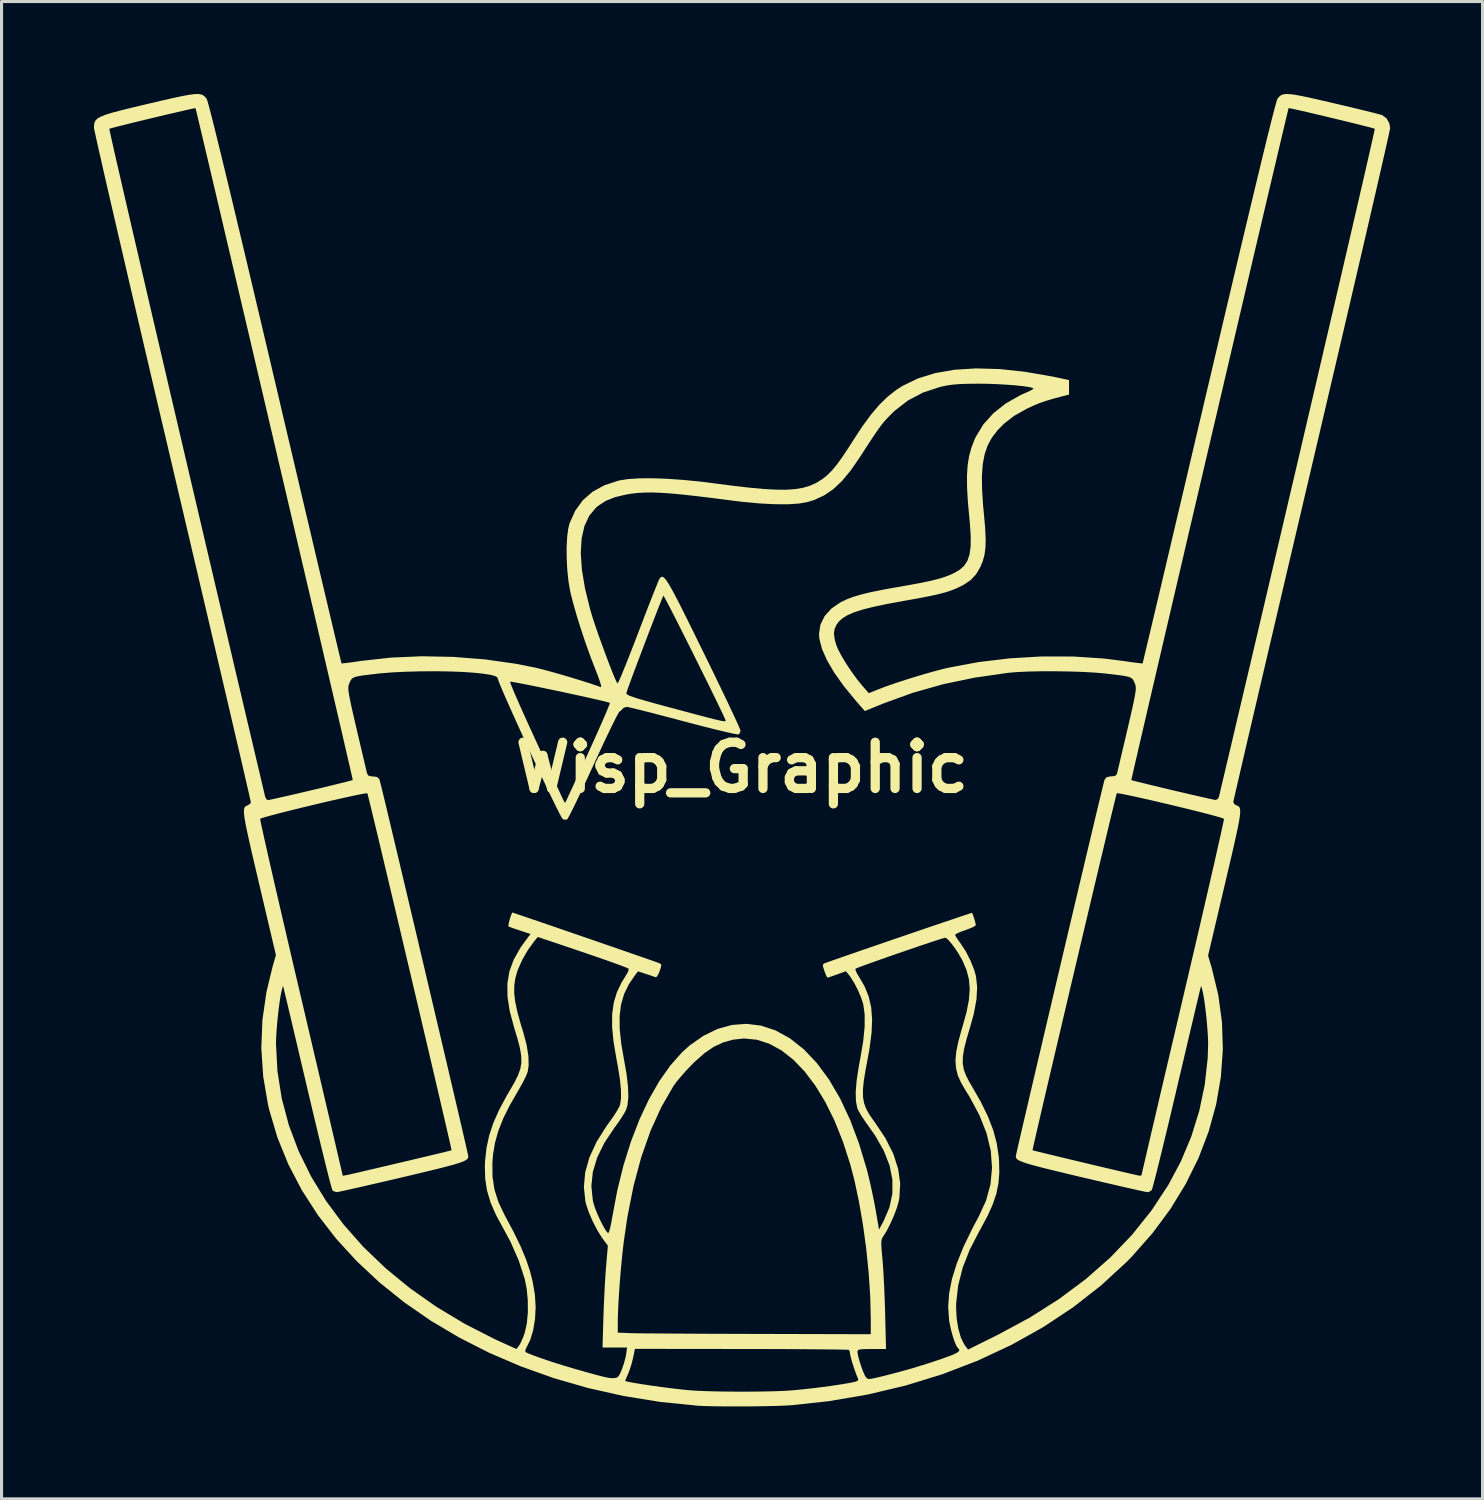
<source format=kicad_pcb>
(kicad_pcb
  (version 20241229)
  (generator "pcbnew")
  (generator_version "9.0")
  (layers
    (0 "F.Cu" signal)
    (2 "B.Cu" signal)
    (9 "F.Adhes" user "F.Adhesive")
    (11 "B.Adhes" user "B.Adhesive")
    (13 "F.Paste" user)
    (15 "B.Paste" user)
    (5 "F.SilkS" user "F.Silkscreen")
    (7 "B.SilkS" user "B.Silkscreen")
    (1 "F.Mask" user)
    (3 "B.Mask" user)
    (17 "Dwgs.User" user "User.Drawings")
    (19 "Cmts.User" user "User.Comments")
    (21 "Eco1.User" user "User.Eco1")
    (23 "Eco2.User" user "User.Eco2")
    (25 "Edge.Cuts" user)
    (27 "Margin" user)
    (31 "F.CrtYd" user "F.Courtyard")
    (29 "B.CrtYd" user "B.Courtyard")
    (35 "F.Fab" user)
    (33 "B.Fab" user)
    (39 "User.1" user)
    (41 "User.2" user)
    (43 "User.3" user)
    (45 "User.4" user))
  (footprint "Wisp_Graphic"
    (layer "F.Cu")
    (at 21.031 21.858)
    (property "Reference" "Wisp_Graphic" (at 0 0 0) (layer "F.SilkS") (effects (font (size 1.5 1.5) (thickness 0.3))))
    (attr board_only exclude_from_pos_files exclude_from_bom)
    (fp_poly (pts (xy 17.782 -21.853) (xy 17.959 -21.83) (xy 18.192 -21.786) (xy 18.489 -21.722) (xy 18.863 -21.637) (xy 19.199 -21.559) (xy 19.564 -21.473) (xy 19.902 -21.392) (xy 20.202 -21.319) (xy 20.451 -21.258) (xy 20.636 -21.211) (xy 20.746 -21.181) (xy 20.766 -21.175) (xy 20.913 -21.071) (xy 21.006 -20.906) (xy 21.031 -20.751) (xy 21.02 -20.69) (xy 20.988 -20.54) (xy 20.936 -20.304) (xy 20.865 -19.988) (xy 20.775 -19.595) (xy 20.669 -19.129) (xy 20.546 -18.595) (xy 20.408 -17.998) (xy 20.256 -17.34) (xy 20.09 -16.626) (xy 19.912 -15.861) (xy 19.723 -15.048) (xy 19.523 -14.193) (xy 19.314 -13.298) (xy 19.096 -12.369) (xy 18.871 -11.409) (xy 18.64 -10.423) (xy 18.486 -9.769) (xy 18.251 -8.769) (xy 18.022 -7.793) (xy 17.799 -6.846) (xy 17.585 -5.932) (xy 17.379 -5.054) (xy 17.183 -4.218) (xy 16.997 -3.426) (xy 16.824 -2.684) (xy 16.663 -1.995) (xy 16.515 -1.363) (xy 16.382 -0.793) (xy 16.265 -0.29) (xy 16.164 0.145) (xy 16.081 0.504) (xy 16.016 0.786) (xy 15.971 0.985) (xy 15.946 1.098) (xy 15.941 1.123) (xy 15.981 1.193) (xy 16.037 1.224) (xy 16.085 1.242) (xy 16.122 1.266) (xy 16.149 1.305) (xy 16.164 1.366) (xy 16.166 1.456) (xy 16.153 1.584) (xy 16.126 1.757) (xy 16.082 1.983) (xy 16.02 2.269) (xy 15.941 2.623) (xy 15.841 3.052) (xy 15.721 3.565) (xy 15.674 3.764) (xy 15.123 6.104) (xy 15.241 6.497) (xy 15.454 7.376) (xy 15.574 8.264) (xy 15.602 9.155) (xy 15.538 10.046) (xy 15.385 10.931) (xy 15.144 11.806) (xy 14.816 12.666) (xy 14.402 13.505) (xy 13.905 14.32) (xy 13.324 15.106) (xy 12.663 15.857) (xy 12.485 16.039) (xy 11.648 16.81) (xy 10.741 17.518) (xy 9.769 18.162) (xy 8.736 18.739) (xy 7.646 19.248) (xy 6.505 19.687) (xy 5.316 20.053) (xy 4.084 20.346) (xy 2.813 20.563) (xy 1.614 20.693) (xy 1.391 20.706) (xy 1.095 20.717) (xy 0.744 20.725) (xy 0.36 20.731) (xy -0.038 20.733) (xy -0.429 20.733) (xy -0.794 20.73) (xy -1.111 20.724) (xy -1.361 20.715) (xy -1.44 20.71) (xy -2.657 20.587) (xy -3.843 20.395) (xy -4.994 20.137) (xy -5.808 19.902) (xy -3.793 19.902) (xy -3.748 19.921) (xy -3.623 19.948) (xy -3.432 19.982) (xy -3.193 20.02) (xy -2.918 20.061) (xy -2.625 20.102) (xy -2.327 20.14) (xy -2.04 20.174) (xy -1.78 20.201) (xy -1.681 20.21) (xy -1.413 20.227) (xy -1.071 20.24) (xy -0.676 20.249) (xy -0.25 20.253) (xy 0.188 20.254) (xy 0.614 20.25) (xy 1.008 20.242) (xy 1.348 20.229) (xy 1.609 20.213) (xy 2.012 20.174) (xy 2.444 20.125) (xy 2.87 20.069) (xy 3.259 20.01) (xy 3.52 19.965) (xy 3.676 19.931) (xy 3.754 19.898) (xy 3.771 19.857) (xy 3.764 19.836) (xy 3.701 19.68) (xy 3.635 19.494) (xy 3.574 19.306) (xy 3.529 19.145) (xy 3.507 19.039) (xy 3.506 19.029) (xy 3.488 18.934) (xy 3.464 18.898) (xy 3.41 18.894) (xy 3.268 18.89) (xy 3.045 18.886) (xy 2.75 18.882) (xy 2.389 18.879) (xy 1.971 18.876) (xy 1.503 18.873) (xy 0.993 18.871) (xy 0.448 18.869) (xy -0.027 18.869) (xy -3.477 18.865) (xy -3.535 19.152) (xy -3.587 19.357) (xy -3.654 19.565) (xy -3.693 19.665) (xy -3.75 19.795) (xy -3.786 19.882) (xy -3.793 19.902) (xy -5.808 19.902) (xy -6.107 19.816) (xy -7.178 19.434) (xy -8.203 18.994) (xy -9.178 18.499) (xy -10.099 17.952) (xy -10.963 17.355) (xy -11.766 16.71) (xy -12.503 16.021) (xy -13.172 15.291) (xy -13.767 14.521) (xy -14.286 13.715) (xy -14.725 12.875) (xy -15.079 12.004) (xy -15.345 11.105) (xy -15.383 10.942) (xy -15.54 10.024) (xy -15.601 9.11) (xy -15.595 8.961) (xy -15.125 8.961) (xy -15.077 9.858) (xy -14.937 10.741) (xy -14.707 11.606) (xy -14.389 12.451) (xy -13.985 13.271) (xy -13.499 14.065) (xy -12.933 14.827) (xy -12.29 15.555) (xy -11.571 16.245) (xy -10.781 16.894) (xy -9.92 17.499) (xy -8.993 18.056) (xy -8.001 18.562) (xy -7.781 18.662) (xy -7.322 18.869) (xy -7.238 18.761) (xy -7.18 18.66) (xy -7.111 18.503) (xy -7.052 18.342) (xy -6.984 18.039) (xy -6.951 17.679) (xy -6.953 17.292) (xy -6.99 16.909) (xy -7.053 16.597) (xy -7.246 16.002) (xy -7.511 15.397) (xy -7.744 14.964) (xy -7.986 14.518) (xy -8.162 14.113) (xy -8.277 13.727) (xy -8.336 13.34) (xy -8.347 12.929) (xy -8.342 12.821) (xy -8.102 12.821) (xy -8.098 13.277) (xy -8.035 13.695) (xy -7.905 14.104) (xy -7.701 14.532) (xy -7.682 14.567) (xy -7.407 15.082) (xy -7.187 15.536) (xy -7.015 15.948) (xy -6.885 16.331) (xy -6.791 16.703) (xy -6.727 17.079) (xy -6.722 17.119) (xy -6.698 17.504) (xy -6.718 17.891) (xy -6.778 18.257) (xy -6.874 18.577) (xy -6.992 18.814) (xy -7.034 18.908) (xy -7.027 18.966) (xy -6.955 19.005) (xy -6.806 19.065) (xy -6.597 19.142) (xy -6.341 19.23) (xy -6.056 19.323) (xy -5.756 19.417) (xy -5.456 19.506) (xy -5.354 19.536) (xy -5.017 19.63) (xy -4.758 19.702) (xy -4.566 19.753) (xy -4.425 19.786) (xy -4.323 19.806) (xy -4.246 19.815) (xy -4.18 19.816) (xy -4.153 19.814) (xy -4.069 19.8) (xy -4.008 19.753) (xy -3.951 19.654) (xy -3.9 19.531) (xy -3.834 19.339) (xy -3.781 19.142) (xy -3.762 19.039) (xy -3.732 18.822) (xy -4.13 18.822) (xy -4.528 18.822) (xy -4.505 18.015) (xy -4.033 18.015) (xy -4.033 18.338) (xy -3.661 18.354) (xy -3.554 18.357) (xy -3.359 18.36) (xy -3.085 18.363) (xy -2.739 18.365) (xy -2.33 18.368) (xy -1.867 18.371) (xy -1.358 18.374) (xy -0.811 18.376) (xy -0.234 18.378) (xy 0.365 18.38) (xy 0.444 18.38) (xy 4.177 18.39) (xy 4.177 17.874) (xy 4.159 17.153) (xy 4.108 16.389) (xy 4.028 15.606) (xy 3.922 14.828) (xy 3.792 14.079) (xy 3.643 13.381) (xy 3.508 12.867) (xy 3.27 12.131) (xy 3.001 11.46) (xy 2.702 10.856) (xy 2.378 10.323) (xy 2.032 9.864) (xy 1.665 9.482) (xy 1.282 9.181) (xy 0.886 8.964) (xy 0.479 8.833) (xy 0.064 8.792) (xy -0.299 8.832) (xy -0.621 8.924) (xy -0.921 9.065) (xy -1.217 9.267) (xy -1.528 9.542) (xy -1.611 9.623) (xy -1.798 9.818) (xy -1.977 10.019) (xy -2.128 10.201) (xy -2.223 10.331) (xy -2.621 11.02) (xy -2.971 11.791) (xy -3.271 12.644) (xy -3.521 13.577) (xy -3.722 14.589) (xy -3.839 15.39) (xy -3.883 15.775) (xy -3.925 16.198) (xy -3.962 16.638) (xy -3.993 17.069) (xy -4.016 17.469) (xy -4.03 17.814) (xy -4.033 18.015) (xy -4.505 18.015) (xy -4.5 17.85) (xy -4.487 17.494) (xy -4.47 17.115) (xy -4.45 16.745) (xy -4.43 16.414) (xy -4.413 16.197) (xy -4.355 15.517) (xy -4.532 15.277) (xy -4.689 15.031) (xy -4.842 14.738) (xy -4.973 14.435) (xy -5.065 14.159) (xy -5.084 14.078) (xy -5.134 13.613) (xy -5.09 13.136) (xy -4.952 12.647) (xy -4.72 12.145) (xy -4.394 11.628) (xy -4.308 11.51) (xy -4.174 11.322) (xy -4.061 11.144) (xy -3.982 11.002) (xy -3.956 10.934) (xy -3.928 10.728) (xy -3.93 10.464) (xy -3.962 10.132) (xy -4.026 9.724) (xy -4.078 9.444) (xy -4.171 8.897) (xy -4.217 8.422) (xy -4.215 8.006) (xy -4.165 7.635) (xy -4.063 7.295) (xy -3.91 6.975) (xy -3.791 6.784) (xy -3.716 6.657) (xy -3.679 6.562) (xy -3.682 6.528) (xy -3.743 6.498) (xy -3.891 6.44) (xy -4.119 6.356) (xy -4.422 6.248) (xy -4.797 6.118) (xy -5.236 5.968) (xy -5.735 5.799) (xy -5.895 5.745) (xy -6.628 5.499) (xy -6.747 5.642) (xy -6.949 5.921) (xy -7.133 6.24) (xy -7.273 6.554) (xy -7.294 6.613) (xy -7.359 6.847) (xy -7.393 7.082) (xy -7.393 7.333) (xy -7.359 7.615) (xy -7.288 7.944) (xy -7.18 8.335) (xy -7.099 8.595) (xy -6.992 8.997) (xy -6.933 9.361) (xy -6.925 9.672) (xy -6.956 9.87) (xy -7.005 9.998) (xy -7.091 10.177) (xy -7.2 10.376) (xy -7.255 10.471) (xy -7.533 10.952) (xy -7.748 11.383) (xy -7.907 11.783) (xy -8.015 12.166) (xy -8.08 12.552) (xy -8.102 12.821) (xy -8.342 12.821) (xy -8.34 12.775) (xy -8.294 12.348) (xy -8.206 11.939) (xy -8.07 11.528) (xy -7.877 11.096) (xy -7.622 10.623) (xy -7.539 10.482) (xy -7.382 10.211) (xy -7.268 9.981) (xy -7.195 9.775) (xy -7.161 9.574) (xy -7.166 9.357) (xy -7.208 9.107) (xy -7.286 8.805) (xy -7.398 8.433) (xy -7.539 7.907) (xy -7.612 7.437) (xy -7.616 7.01) (xy -7.55 6.613) (xy -7.41 6.233) (xy -7.197 5.856) (xy -7.057 5.658) (xy -6.865 5.402) (xy -7.213 5.287) (xy -7.382 5.231) (xy -7.511 5.185) (xy -7.578 5.159) (xy -7.581 5.156) (xy -7.581 5.105) (xy -7.559 4.999) (xy -7.524 4.875) (xy -7.487 4.766) (xy -7.457 4.708) (xy -7.452 4.705) (xy -7.404 4.721) (xy -7.276 4.764) (xy -7.078 4.831) (xy -6.82 4.919) (xy -6.512 5.024) (xy -6.165 5.143) (xy -5.789 5.273) (xy -5.395 5.408) (xy -4.992 5.547) (xy -4.592 5.685) (xy -4.204 5.819) (xy -3.838 5.946) (xy -3.506 6.061) (xy -3.216 6.162) (xy -2.98 6.244) (xy -2.808 6.304) (xy -2.711 6.339) (xy -2.703 6.342) (xy -2.641 6.371) (xy -2.621 6.413) (xy -2.638 6.497) (xy -2.673 6.603) (xy -2.726 6.727) (xy -2.779 6.798) (xy -2.802 6.804) (xy -2.876 6.779) (xy -3.007 6.735) (xy -3.116 6.699) (xy -3.375 6.614) (xy -3.465 6.728) (xy -3.674 7.034) (xy -3.828 7.351) (xy -3.928 7.693) (xy -3.974 8.07) (xy -3.97 8.497) (xy -3.917 8.985) (xy -3.836 9.448) (xy -3.748 9.946) (xy -3.7 10.362) (xy -3.69 10.698) (xy -3.718 10.961) (xy -3.762 11.107) (xy -3.825 11.225) (xy -3.93 11.392) (xy -4.06 11.579) (xy -4.136 11.683) (xy -4.466 12.175) (xy -4.701 12.654) (xy -4.842 13.123) (xy -4.89 13.582) (xy -4.845 14.034) (xy -4.822 14.134) (xy -4.77 14.298) (xy -4.695 14.489) (xy -4.605 14.686) (xy -4.513 14.868) (xy -4.428 15.012) (xy -4.362 15.097) (xy -4.344 15.109) (xy -4.319 15.071) (xy -4.285 14.956) (xy -4.246 14.781) (xy -4.208 14.564) (xy -4.207 14.561) (xy -4.047 13.713) (xy -3.846 12.902) (xy -3.606 12.136) (xy -3.33 11.423) (xy -3.024 10.769) (xy -2.689 10.182) (xy -2.329 9.671) (xy -1.948 9.242) (xy -1.705 9.023) (xy -1.255 8.706) (xy -0.794 8.482) (xy -0.326 8.353) (xy 0.145 8.317) (xy 0.615 8.375) (xy 1.08 8.528) (xy 1.535 8.776) (xy 1.559 8.792) (xy 2.009 9.148) (xy 2.43 9.593) (xy 2.822 10.124) (xy 3.181 10.738) (xy 3.507 11.433) (xy 3.797 12.205) (xy 4.051 13.051) (xy 4.059 13.084) (xy 4.136 13.396) (xy 4.216 13.753) (xy 4.289 14.107) (xy 4.334 14.351) (xy 4.445 14.994) (xy 4.598 14.707) (xy 4.784 14.269) (xy 4.878 13.826) (xy 4.879 13.374) (xy 4.787 12.912) (xy 4.601 12.437) (xy 4.322 11.947) (xy 4.116 11.654) (xy 3.979 11.461) (xy 3.859 11.278) (xy 3.773 11.127) (xy 3.74 11.053) (xy 3.695 10.826) (xy 3.688 10.526) (xy 3.719 10.151) (xy 3.789 9.694) (xy 3.835 9.448) (xy 3.93 8.892) (xy 3.978 8.414) (xy 3.979 8.011) (xy 3.933 7.682) (xy 3.866 7.472) (xy 3.762 7.228) (xy 3.638 6.987) (xy 3.514 6.791) (xy 3.483 6.75) (xy 3.369 6.61) (xy 3.084 6.714) (xy 2.932 6.768) (xy 2.819 6.806) (xy 2.772 6.818) (xy 2.743 6.777) (xy 2.698 6.672) (xy 2.672 6.6) (xy 2.649 6.529) (xy 3.682 6.529) (xy 3.685 6.585) (xy 3.734 6.691) (xy 3.789 6.781) (xy 3.975 7.098) (xy 4.108 7.426) (xy 4.19 7.778) (xy 4.221 8.167) (xy 4.203 8.608) (xy 4.138 9.112) (xy 4.077 9.448) (xy 4 9.86) (xy 3.947 10.194) (xy 3.922 10.466) (xy 3.925 10.692) (xy 3.959 10.887) (xy 4.024 11.067) (xy 4.123 11.247) (xy 4.258 11.443) (xy 4.306 11.507) (xy 4.653 12.027) (xy 4.907 12.532) (xy 5.066 13.023) (xy 5.132 13.501) (xy 5.105 13.967) (xy 5.084 14.078) (xy 5.024 14.289) (xy 4.929 14.542) (xy 4.813 14.804) (xy 4.693 15.037) (xy 4.605 15.18) (xy 4.562 15.244) (xy 4.534 15.305) (xy 4.52 15.384) (xy 4.519 15.497) (xy 4.53 15.665) (xy 4.552 15.907) (xy 4.557 15.959) (xy 4.576 16.199) (xy 4.595 16.51) (xy 4.613 16.867) (xy 4.628 17.246) (xy 4.641 17.62) (xy 4.644 17.73) (xy 4.672 18.87) (xy 4.208 18.87) (xy 3.994 18.872) (xy 3.858 18.879) (xy 3.783 18.894) (xy 3.751 18.923) (xy 3.745 18.961) (xy 3.762 19.076) (xy 3.807 19.246) (xy 3.867 19.436) (xy 3.932 19.612) (xy 3.991 19.74) (xy 4.006 19.764) (xy 4.05 19.818) (xy 4.101 19.842) (xy 4.186 19.838) (xy 4.331 19.808) (xy 4.38 19.797) (xy 4.556 19.754) (xy 4.789 19.695) (xy 5.045 19.628) (xy 5.21 19.584) (xy 5.521 19.496) (xy 5.858 19.393) (xy 6.196 19.285) (xy 6.508 19.179) (xy 6.767 19.084) (xy 6.878 19.04) (xy 7.015 18.966) (xy 7.056 18.9) (xy 7.013 18.848) (xy 6.96 18.776) (xy 6.898 18.633) (xy 6.834 18.441) (xy 6.776 18.225) (xy 6.73 18.006) (xy 6.718 17.925) (xy 6.689 17.504) (xy 6.72 17.063) (xy 6.812 16.594) (xy 6.969 16.089) (xy 7.191 15.541) (xy 7.482 14.941) (xy 7.682 14.567) (xy 7.919 14.051) (xy 8.062 13.524) (xy 8.112 12.984) (xy 8.07 12.432) (xy 7.933 11.865) (xy 7.703 11.281) (xy 7.379 10.679) (xy 7.269 10.503) (xy 7.114 10.241) (xy 7.005 9.999) (xy 6.943 9.759) (xy 6.925 9.505) (xy 6.951 9.219) (xy 7.021 8.883) (xy 7.132 8.482) (xy 7.156 8.403) (xy 7.284 7.94) (xy 7.362 7.542) (xy 7.388 7.193) (xy 7.363 6.877) (xy 7.286 6.577) (xy 7.158 6.276) (xy 7.127 6.216) (xy 7.021 6.032) (xy 6.901 5.852) (xy 6.782 5.695) (xy 6.679 5.579) (xy 6.606 5.524) (xy 6.595 5.522) (xy 6.534 5.537) (xy 6.397 5.58) (xy 6.197 5.645) (xy 5.947 5.728) (xy 5.661 5.825) (xy 5.353 5.931) (xy 5.035 6.04) (xy 4.722 6.149) (xy 4.427 6.253) (xy 4.163 6.347) (xy 3.944 6.426) (xy 3.784 6.486) (xy 3.695 6.522) (xy 3.682 6.529) (xy 2.649 6.529) (xy 2.629 6.468) (xy 2.623 6.398) (xy 2.655 6.363) (xy 2.703 6.343) (xy 2.831 6.297) (xy 3.03 6.227) (xy 3.288 6.137) (xy 3.595 6.03) (xy 3.942 5.91) (xy 4.319 5.781) (xy 4.714 5.645) (xy 5.118 5.507) (xy 5.52 5.369) (xy 5.911 5.236) (xy 6.28 5.11) (xy 6.617 4.996) (xy 6.911 4.897) (xy 7.153 4.815) (xy 7.333 4.756) (xy 7.439 4.722) (xy 7.465 4.715) (xy 7.492 4.778) (xy 7.531 4.891) (xy 7.566 5.013) (xy 7.585 5.1) (xy 7.586 5.111) (xy 7.544 5.152) (xy 7.432 5.207) (xy 7.274 5.267) (xy 7.25 5.275) (xy 7.088 5.333) (xy 6.968 5.386) (xy 6.915 5.425) (xy 6.914 5.428) (xy 6.941 5.488) (xy 7.011 5.596) (xy 7.08 5.691) (xy 7.256 5.957) (xy 7.414 6.267) (xy 7.537 6.578) (xy 7.591 6.773) (xy 7.63 7.124) (xy 7.607 7.528) (xy 7.521 7.992) (xy 7.398 8.433) (xy 7.285 8.814) (xy 7.207 9.123) (xy 7.166 9.379) (xy 7.162 9.597) (xy 7.195 9.796) (xy 7.267 9.993) (xy 7.377 10.206) (xy 7.451 10.331) (xy 7.75 10.853) (xy 7.982 11.329) (xy 8.153 11.773) (xy 8.267 12.203) (xy 8.33 12.633) (xy 8.341 12.775) (xy 8.348 13.151) (xy 8.32 13.497) (xy 8.252 13.831) (xy 8.136 14.175) (xy 7.969 14.547) (xy 7.743 14.967) (xy 7.706 15.033) (xy 7.389 15.646) (xy 7.159 16.234) (xy 7.014 16.805) (xy 6.95 17.368) (xy 6.946 17.502) (xy 6.963 17.862) (xy 7.016 18.2) (xy 7.1 18.495) (xy 7.211 18.723) (xy 7.245 18.77) (xy 7.335 18.887) (xy 8.313 18.402) (xy 9.338 17.85) (xy 10.286 17.248) (xy 11.158 16.598) (xy 11.95 15.901) (xy 12.661 15.158) (xy 13.289 14.372) (xy 13.833 13.545) (xy 14.238 12.786) (xy 14.576 11.982) (xy 14.837 11.143) (xy 15.016 10.286) (xy 15.111 9.429) (xy 15.125 8.961) (xy 15.118 8.733) (xy 15.1 8.457) (xy 15.073 8.155) (xy 15.04 7.855) (xy 15.004 7.579) (xy 14.966 7.354) (xy 14.936 7.22) (xy 14.897 7.082) (xy 14.866 7.202) (xy 14.85 7.268) (xy 14.814 7.42) (xy 14.759 7.649) (xy 14.689 7.948) (xy 14.604 8.308) (xy 14.506 8.722) (xy 14.398 9.181) (xy 14.281 9.678) (xy 14.157 10.204) (xy 14.091 10.487) (xy 13.964 11.024) (xy 13.843 11.534) (xy 13.728 12.009) (xy 13.623 12.442) (xy 13.529 12.825) (xy 13.448 13.15) (xy 13.382 13.408) (xy 13.332 13.593) (xy 13.302 13.697) (xy 13.294 13.716) (xy 13.203 13.773) (xy 13.16 13.78) (xy 13.097 13.77) (xy 12.952 13.739) (xy 12.732 13.69) (xy 12.449 13.626) (xy 12.113 13.549) (xy 11.733 13.461) (xy 11.319 13.364) (xy 11.041 13.299) (xy 10.533 13.178) (xy 10.111 13.076) (xy 9.767 12.991) (xy 9.493 12.92) (xy 9.281 12.86) (xy 9.124 12.808) (xy 9.014 12.764) (xy 8.942 12.723) (xy 8.902 12.684) (xy 8.885 12.645) (xy 8.883 12.619) (xy 8.894 12.564) (xy 8.925 12.423) (xy 8.926 12.42) (xy 9.427 12.42) (xy 9.474 12.433) (xy 9.602 12.465) (xy 9.799 12.513) (xy 10.051 12.574) (xy 10.347 12.645) (xy 10.673 12.724) (xy 11.017 12.806) (xy 11.366 12.889) (xy 11.708 12.97) (xy 12.031 13.046) (xy 12.321 13.114) (xy 12.565 13.171) (xy 12.753 13.214) (xy 12.87 13.24) (xy 12.904 13.247) (xy 12.96 13.234) (xy 12.964 13.224) (xy 12.975 13.174) (xy 13.006 13.037) (xy 13.057 12.818) (xy 13.126 12.522) (xy 13.211 12.155) (xy 13.312 11.724) (xy 13.427 11.233) (xy 13.554 10.688) (xy 13.693 10.096) (xy 13.842 9.461) (xy 14 8.789) (xy 14.165 8.087) (xy 14.312 7.458) (xy 14.482 6.733) (xy 14.646 6.033) (xy 14.802 5.365) (xy 14.948 4.734) (xy 15.084 4.146) (xy 15.208 3.606) (xy 15.32 3.12) (xy 15.416 2.694) (xy 15.497 2.334) (xy 15.561 2.045) (xy 15.607 1.834) (xy 15.633 1.705) (xy 15.638 1.665) (xy 15.589 1.642) (xy 15.458 1.602) (xy 15.259 1.547) (xy 15.005 1.48) (xy 14.707 1.405) (xy 14.38 1.324) (xy 14.034 1.24) (xy 13.684 1.157) (xy 13.342 1.077) (xy 13.02 1.004) (xy 12.731 0.94) (xy 12.488 0.888) (xy 12.304 0.852) (xy 12.191 0.835) (xy 12.16 0.836) (xy 12.147 0.884) (xy 12.113 1.019) (xy 12.06 1.234) (xy 11.99 1.522) (xy 11.905 1.875) (xy 11.807 2.287) (xy 11.696 2.752) (xy 11.574 3.262) (xy 11.444 3.81) (xy 11.307 4.389) (xy 11.164 4.994) (xy 11.016 5.616) (xy 10.867 6.249) (xy 10.716 6.886) (xy 10.567 7.521) (xy 10.42 8.146) (xy 10.277 8.754) (xy 10.139 9.339) (xy 10.009 9.893) (xy 9.888 10.411) (xy 9.778 10.884) (xy 9.679 11.307) (xy 9.595 11.672) (xy 9.526 11.972) (xy 9.473 12.201) (xy 9.44 12.352) (xy 9.427 12.417) (xy 9.427 12.42) (xy 8.926 12.42) (xy 8.975 12.202) (xy 9.043 11.908) (xy 9.127 11.547) (xy 9.225 11.127) (xy 9.335 10.653) (xy 9.457 10.133) (xy 9.588 9.574) (xy 9.727 8.982) (xy 9.872 8.363) (xy 10.022 7.726) (xy 10.175 7.076) (xy 10.33 6.42) (xy 10.484 5.765) (xy 10.637 5.118) (xy 10.787 4.484) (xy 10.931 3.873) (xy 11.07 3.288) (xy 11.2 2.739) (xy 11.321 2.231) (xy 11.43 1.771) (xy 11.527 1.365) (xy 11.61 1.022) (xy 11.676 0.746) (xy 11.725 0.546) (xy 11.755 0.427) (xy 11.761 0.406) (xy 12.633 0.406) (xy 12.684 0.422) (xy 12.813 0.456) (xy 13.008 0.504) (xy 13.253 0.564) (xy 13.535 0.632) (xy 13.838 0.705) (xy 14.149 0.778) (xy 14.453 0.849) (xy 14.737 0.915) (xy 14.985 0.971) (xy 15.183 1.015) (xy 15.318 1.044) (xy 15.372 1.053) (xy 15.443 1.015) (xy 15.476 0.948) (xy 15.691 0.038) (xy 15.913 -0.901) (xy 16.139 -1.862) (xy 16.37 -2.841) (xy 16.604 -3.835) (xy 16.84 -4.839) (xy 17.077 -5.849) (xy 17.314 -6.86) (xy 17.55 -7.868) (xy 17.784 -8.869) (xy 18.016 -9.857) (xy 18.243 -10.83) (xy 18.466 -11.783) (xy 18.683 -12.711) (xy 18.892 -13.61) (xy 19.094 -14.476) (xy 19.287 -15.304) (xy 19.47 -16.09) (xy 19.642 -16.83) (xy 19.801 -17.519) (xy 19.948 -18.153) (xy 20.081 -18.728) (xy 20.199 -19.239) (xy 20.3 -19.682) (xy 20.385 -20.053) (xy 20.451 -20.348) (xy 20.499 -20.561) (xy 20.526 -20.689) (xy 20.533 -20.728) (xy 20.482 -20.745) (xy 20.353 -20.78) (xy 20.159 -20.829) (xy 19.915 -20.891) (xy 19.634 -20.96) (xy 19.33 -21.034) (xy 19.017 -21.109) (xy 18.71 -21.182) (xy 18.422 -21.25) (xy 18.167 -21.309) (xy 17.96 -21.356) (xy 17.813 -21.387) (xy 17.742 -21.4) (xy 17.738 -21.4) (xy 17.725 -21.351) (xy 17.691 -21.213) (xy 17.638 -20.992) (xy 17.567 -20.693) (xy 17.479 -20.32) (xy 17.375 -19.879) (xy 17.256 -19.375) (xy 17.123 -18.812) (xy 16.978 -18.196) (xy 16.822 -17.531) (xy 16.655 -16.824) (xy 16.48 -16.078) (xy 16.297 -15.298) (xy 16.108 -14.49) (xy 15.913 -13.659) (xy 15.714 -12.81) (xy 15.512 -11.947) (xy 15.308 -11.076) (xy 15.103 -10.202) (xy 14.899 -9.329) (xy 14.696 -8.463) (xy 14.496 -7.609) (xy 14.301 -6.771) (xy 14.11 -5.956) (xy 13.926 -5.166) (xy 13.749 -4.409) (xy 13.581 -3.688) (xy 13.423 -3.009) (xy 13.275 -2.377) (xy 13.14 -1.796) (xy 13.019 -1.272) (xy 12.911 -0.81) (xy 12.82 -0.415) (xy 12.745 -0.091) (xy 12.689 0.156) (xy 12.651 0.321) (xy 12.634 0.4) (xy 12.633 0.406) (xy 11.761 0.406) (xy 11.764 0.396) (xy 11.824 0.318) (xy 11.935 0.289) (xy 11.978 0.288) (xy 12.099 0.275) (xy 12.157 0.224) (xy 12.172 0.18) (xy 12.307 -0.393) (xy 12.422 -0.88) (xy 12.518 -1.288) (xy 12.596 -1.625) (xy 12.659 -1.9) (xy 12.706 -2.118) (xy 12.74 -2.288) (xy 12.763 -2.418) (xy 12.775 -2.514) (xy 12.778 -2.585) (xy 12.774 -2.637) (xy 12.764 -2.679) (xy 12.75 -2.718) (xy 12.742 -2.738) (xy 12.71 -2.814) (xy 12.673 -2.871) (xy 12.618 -2.914) (xy 12.53 -2.947) (xy 12.395 -2.975) (xy 12.2 -3.003) (xy 11.929 -3.035) (xy 11.779 -3.052) (xy 11.449 -3.081) (xy 11.056 -3.103) (xy 10.623 -3.117) (xy 10.172 -3.124) (xy 9.726 -3.124) (xy 9.307 -3.116) (xy 8.939 -3.099) (xy 8.644 -3.075) (xy 8.643 -3.075) (xy 7.548 -2.917) (xy 6.518 -2.702) (xy 5.538 -2.424) (xy 4.593 -2.081) (xy 4.573 -2.073) (xy 3.984 -1.834) (xy 3.675 -2.188) (xy 3.298 -2.648) (xy 2.99 -3.082) (xy 2.754 -3.486) (xy 2.592 -3.853) (xy 2.509 -4.179) (xy 2.497 -4.337) (xy 2.543 -4.637) (xy 2.679 -4.913) (xy 2.897 -5.157) (xy 3.192 -5.361) (xy 3.203 -5.366) (xy 3.393 -5.457) (xy 3.61 -5.54) (xy 3.866 -5.616) (xy 4.176 -5.691) (xy 4.554 -5.768) (xy 5.012 -5.851) (xy 5.042 -5.856) (xy 5.476 -5.932) (xy 5.828 -5.998) (xy 6.114 -6.058) (xy 6.346 -6.115) (xy 6.539 -6.172) (xy 6.707 -6.234) (xy 6.851 -6.297) (xy 7.049 -6.408) (xy 7.201 -6.54) (xy 7.311 -6.705) (xy 7.382 -6.913) (xy 7.418 -7.177) (xy 7.42 -7.507) (xy 7.394 -7.914) (xy 7.377 -8.093) (xy 7.328 -8.628) (xy 7.302 -9.082) (xy 7.299 -9.47) (xy 7.32 -9.806) (xy 7.367 -10.103) (xy 7.441 -10.375) (xy 7.542 -10.637) (xy 7.586 -10.733) (xy 7.833 -11.139) (xy 8.163 -11.504) (xy 8.568 -11.823) (xy 9.042 -12.089) (xy 9.182 -12.151) (xy 9.326 -12.217) (xy 9.426 -12.27) (xy 9.458 -12.298) (xy 9.413 -12.325) (xy 9.288 -12.353) (xy 9.096 -12.379) (xy 8.854 -12.404) (xy 8.576 -12.425) (xy 8.277 -12.442) (xy 7.973 -12.453) (xy 7.679 -12.457) (xy 7.658 -12.457) (xy 7.323 -12.453) (xy 7.061 -12.444) (xy 6.848 -12.427) (xy 6.661 -12.401) (xy 6.477 -12.363) (xy 6.417 -12.348) (xy 5.874 -12.169) (xy 5.387 -11.913) (xy 4.959 -11.583) (xy 4.872 -11.5) (xy 4.762 -11.389) (xy 4.668 -11.289) (xy 4.58 -11.188) (xy 4.49 -11.072) (xy 4.388 -10.931) (xy 4.266 -10.751) (xy 4.114 -10.521) (xy 3.924 -10.228) (xy 3.817 -10.062) (xy 3.524 -9.638) (xy 3.242 -9.298) (xy 2.959 -9.032) (xy 2.664 -8.831) (xy 2.347 -8.685) (xy 2.133 -8.618) (xy 1.857 -8.568) (xy 1.498 -8.544) (xy 1.067 -8.545) (xy 0.575 -8.57) (xy 0.032 -8.62) (xy -0.336 -8.665) (xy -0.944 -8.744) (xy -1.466 -8.807) (xy -1.914 -8.857) (xy -2.298 -8.893) (xy -2.626 -8.915) (xy -2.91 -8.926) (xy -3.159 -8.924) (xy -3.383 -8.911) (xy -3.593 -8.887) (xy -3.751 -8.862) (xy -4.124 -8.774) (xy -4.426 -8.652) (xy -4.677 -8.487) (xy -4.741 -8.433) (xy -4.959 -8.171) (xy -5.114 -7.838) (xy -5.206 -7.435) (xy -5.234 -6.965) (xy -5.198 -6.427) (xy -5.099 -5.824) (xy -4.935 -5.156) (xy -4.894 -5.011) (xy -4.83 -4.806) (xy -4.747 -4.557) (xy -4.65 -4.276) (xy -4.544 -3.981) (xy -4.435 -3.685) (xy -4.329 -3.404) (xy -4.232 -3.153) (xy -4.148 -2.947) (xy -4.083 -2.8) (xy -4.044 -2.729) (xy -4.042 -2.727) (xy -4.018 -2.762) (xy -3.965 -2.878) (xy -3.885 -3.065) (xy -3.784 -3.313) (xy -3.664 -3.613) (xy -3.531 -3.955) (xy -3.387 -4.329) (xy -3.366 -4.383) (xy -3.22 -4.766) (xy -3.083 -5.122) (xy -2.959 -5.441) (xy -2.852 -5.711) (xy -2.767 -5.924) (xy -2.707 -6.069) (xy -2.676 -6.134) (xy -2.675 -6.136) (xy -2.641 -6.172) (xy -2.607 -6.191) (xy -2.569 -6.187) (xy -2.522 -6.153) (xy -2.464 -6.085) (xy -2.391 -5.975) (xy -2.3 -5.819) (xy -2.187 -5.611) (xy -2.048 -5.344) (xy -1.881 -5.012) (xy -1.681 -4.61) (xy -1.446 -4.132) (xy -1.247 -3.727) (xy -1.025 -3.274) (xy -0.817 -2.845) (xy -0.626 -2.448) (xy -0.455 -2.092) (xy -0.31 -1.783) (xy -0.193 -1.531) (xy -0.108 -1.343) (xy -0.059 -1.227) (xy -0.048 -1.193) (xy -0.081 -1.103) (xy -0.12 -1.074) (xy -0.181 -1.08) (xy -0.324 -1.108) (xy -0.539 -1.157) (xy -0.814 -1.223) (xy -1.138 -1.304) (xy -1.502 -1.397) (xy -1.894 -1.501) (xy -1.919 -1.507) (xy -2.314 -1.612) (xy -2.682 -1.708) (xy -3.012 -1.794) (xy -3.294 -1.865) (xy -3.517 -1.92) (xy -3.669 -1.955) (xy -3.74 -1.969) (xy -3.741 -1.969) (xy -3.839 -1.939) (xy -3.875 -1.904) (xy -3.947 -1.833) (xy -3.975 -1.819) (xy -4.008 -1.772) (xy -4.076 -1.648) (xy -4.174 -1.454) (xy -4.297 -1.202) (xy -4.442 -0.899) (xy -4.602 -0.557) (xy -4.775 -0.184) (xy -4.825 -0.075) (xy -5 0.306) (xy -5.165 0.659) (xy -5.315 0.976) (xy -5.445 1.246) (xy -5.552 1.46) (xy -5.63 1.609) (xy -5.674 1.682) (xy -5.68 1.687) (xy -5.772 1.693) (xy -5.823 1.667) (xy -5.861 1.611) (xy -5.932 1.477) (xy -6.033 1.276) (xy -6.16 1.017) (xy -6.306 0.712) (xy -6.468 0.371) (xy -6.641 0.003) (xy -6.82 -0.381) (xy -7 -0.771) (xy -7.177 -1.157) (xy -7.345 -1.528) (xy -7.501 -1.874) (xy -7.639 -2.185) (xy -7.755 -2.452) (xy -7.844 -2.662) (xy -7.893 -2.785) (xy -7.528 -2.785) (xy -7.513 -2.73) (xy -7.46 -2.593) (xy -7.37 -2.381) (xy -7.248 -2.1) (xy -7.094 -1.755) (xy -6.912 -1.353) (xy -6.704 -0.898) (xy -6.473 -0.397) (xy -6.411 -0.264) (xy -6.271 0.037) (xy -6.139 0.321) (xy -6.023 0.573) (xy -5.929 0.776) (xy -5.866 0.914) (xy -5.848 0.952) (xy -5.791 1.07) (xy -5.75 1.138) (xy -5.739 1.144) (xy -5.717 1.099) (xy -5.659 0.975) (xy -5.57 0.784) (xy -5.455 0.535) (xy -5.318 0.237) (xy -5.164 -0.098) (xy -4.998 -0.463) (xy -4.994 -0.471) (xy -4.828 -0.836) (xy -4.677 -1.173) (xy -4.545 -1.473) (xy -4.436 -1.725) (xy -4.354 -1.92) (xy -4.304 -2.047) (xy -4.29 -2.097) (xy -4.29 -2.098) (xy -4.344 -2.116) (xy -4.478 -2.151) (xy -4.678 -2.198) (xy -4.932 -2.256) (xy -5.225 -2.321) (xy -5.547 -2.391) (xy -5.663 -2.416) (xy -3.755 -2.416) (xy -3.748 -2.39) (xy -3.714 -2.361) (xy -3.643 -2.327) (xy -3.527 -2.285) (xy -3.358 -2.231) (xy -3.126 -2.164) (xy -2.823 -2.079) (xy -2.44 -1.975) (xy -2.209 -1.914) (xy -1.767 -1.795) (xy -1.41 -1.7) (xy -1.128 -1.626) (xy -0.913 -1.571) (xy -0.756 -1.534) (xy -0.648 -1.511) (xy -0.58 -1.501) (xy -0.545 -1.503) (xy -0.533 -1.514) (xy -0.535 -1.532) (xy -0.536 -1.535) (xy -0.57 -1.615) (xy -0.64 -1.766) (xy -0.741 -1.977) (xy -0.867 -2.238) (xy -1.014 -2.539) (xy -1.177 -2.87) (xy -1.35 -3.22) (xy -1.529 -3.58) (xy -1.708 -3.939) (xy -1.883 -4.287) (xy -2.047 -4.613) (xy -2.197 -4.909) (xy -2.327 -5.162) (xy -2.432 -5.364) (xy -2.507 -5.505) (xy -2.546 -5.573) (xy -2.551 -5.577) (xy -2.576 -5.526) (xy -2.629 -5.397) (xy -2.706 -5.203) (xy -2.802 -4.958) (xy -2.912 -4.673) (xy -3.032 -4.361) (xy -3.156 -4.035) (xy -3.28 -3.707) (xy -3.4 -3.391) (xy -3.51 -3.098) (xy -3.605 -2.842) (xy -3.68 -2.635) (xy -3.732 -2.489) (xy -3.754 -2.418) (xy -3.755 -2.416) (xy -5.663 -2.416) (xy -5.882 -2.463) (xy -6.218 -2.534) (xy -6.543 -2.601) (xy -6.842 -2.662) (xy -7.103 -2.714) (xy -7.312 -2.754) (xy -7.457 -2.779) (xy -7.524 -2.786) (xy -7.528 -2.785) (xy -7.893 -2.785) (xy -7.902 -2.807) (xy -7.922 -2.876) (xy -7.922 -2.877) (xy -7.946 -2.929) (xy -8.024 -2.972) (xy -8.167 -3.009) (xy -8.387 -3.043) (xy -8.643 -3.072) (xy -9.013 -3.1) (xy -9.451 -3.117) (xy -9.932 -3.125) (xy -10.429 -3.122) (xy -10.914 -3.109) (xy -11.363 -3.087) (xy -11.748 -3.055) (xy -11.779 -3.052) (xy -12.088 -3.016) (xy -12.315 -2.988) (xy -12.476 -2.96) (xy -12.583 -2.93) (xy -12.651 -2.892) (xy -12.695 -2.842) (xy -12.727 -2.775) (xy -12.742 -2.738) (xy -12.758 -2.698) (xy -12.77 -2.658) (xy -12.777 -2.612) (xy -12.777 -2.551) (xy -12.77 -2.468) (xy -12.752 -2.355) (xy -12.724 -2.206) (xy -12.683 -2.012) (xy -12.628 -1.765) (xy -12.558 -1.459) (xy -12.471 -1.086) (xy -12.365 -0.638) (xy -12.24 -0.107) (xy -12.172 0.18) (xy -12.133 0.256) (xy -12.046 0.285) (xy -11.978 0.288) (xy -11.848 0.306) (xy -11.777 0.369) (xy -11.764 0.396) (xy -11.749 0.453) (xy -11.713 0.596) (xy -11.659 0.818) (xy -11.587 1.114) (xy -11.501 1.476) (xy -11.4 1.898) (xy -11.287 2.373) (xy -11.163 2.894) (xy -11.031 3.454) (xy -10.89 4.047) (xy -10.744 4.665) (xy -10.593 5.303) (xy -10.44 5.954) (xy -10.285 6.61) (xy -10.131 7.265) (xy -9.979 7.912) (xy -9.83 8.544) (xy -9.686 9.156) (xy -9.549 9.739) (xy -9.421 10.288) (xy -9.302 10.795) (xy -9.195 11.254) (xy -9.101 11.658) (xy -9.022 12.001) (xy -8.959 12.275) (xy -8.914 12.474) (xy -8.888 12.591) (xy -8.883 12.62) (xy -8.889 12.662) (xy -8.913 12.702) (xy -8.963 12.741) (xy -9.047 12.783) (xy -9.172 12.829) (xy -9.346 12.883) (xy -9.578 12.946) (xy -9.874 13.021) (xy -10.243 13.111) (xy -10.693 13.219) (xy -11.04 13.301) (xy -11.47 13.401) (xy -11.873 13.495) (xy -12.238 13.579) (xy -12.557 13.652) (xy -12.818 13.71) (xy -13.012 13.752) (xy -13.129 13.776) (xy -13.159 13.78) (xy -13.26 13.746) (xy -13.294 13.716) (xy -13.313 13.66) (xy -13.353 13.517) (xy -13.41 13.297) (xy -13.484 13.007) (xy -13.571 12.654) (xy -13.671 12.247) (xy -13.78 11.794) (xy -13.898 11.301) (xy -14.022 10.778) (xy -14.091 10.487) (xy -14.217 9.949) (xy -14.338 9.436) (xy -14.451 8.956) (xy -14.555 8.517) (xy -14.646 8.128) (xy -14.725 7.797) (xy -14.788 7.53) (xy -14.834 7.337) (xy -14.86 7.226) (xy -14.866 7.202) (xy -14.897 7.082) (xy -14.936 7.22) (xy -14.972 7.384) (xy -15.009 7.619) (xy -15.045 7.9) (xy -15.078 8.202) (xy -15.103 8.501) (xy -15.12 8.772) (xy -15.125 8.961) (xy -15.595 8.961) (xy -15.566 8.198) (xy -15.435 7.286) (xy -15.243 6.489) (xy -15.127 6.087) (xy -15.676 3.756) (xy -15.803 3.214) (xy -15.91 2.757) (xy -15.996 2.379) (xy -16.063 2.071) (xy -16.113 1.826) (xy -16.141 1.665) (xy -15.638 1.665) (xy -15.63 1.718) (xy -15.602 1.859) (xy -15.553 2.082) (xy -15.487 2.381) (xy -15.404 2.75) (xy -15.305 3.185) (xy -15.192 3.679) (xy -15.066 4.226) (xy -14.928 4.82) (xy -14.78 5.457) (xy -14.624 6.13) (xy -14.459 6.834) (xy -14.312 7.459) (xy -14.142 8.183) (xy -13.978 8.882) (xy -13.822 9.549) (xy -13.674 10.178) (xy -13.537 10.765) (xy -13.411 11.302) (xy -13.298 11.786) (xy -13.199 12.209) (xy -13.116 12.566) (xy -13.049 12.852) (xy -13.001 13.06) (xy -12.972 13.186) (xy -12.964 13.224) (xy -12.966 13.234) (xy -12.964 13.241) (xy -12.952 13.244) (xy -12.919 13.241) (xy -12.858 13.23) (xy -12.759 13.21) (xy -12.614 13.177) (xy -12.414 13.131) (xy -12.151 13.069) (xy -11.816 12.991) (xy -11.399 12.893) (xy -11.183 12.842) (xy -10.789 12.749) (xy -10.425 12.663) (xy -10.103 12.586) (xy -9.832 12.521) (xy -9.622 12.47) (xy -9.484 12.436) (xy -9.428 12.421) (xy -9.428 12.421) (xy -9.437 12.373) (xy -9.466 12.239) (xy -9.515 12.025) (xy -9.58 11.739) (xy -9.662 11.386) (xy -9.758 10.974) (xy -9.866 10.511) (xy -9.985 10.001) (xy -10.113 9.454) (xy -10.249 8.874) (xy -10.391 8.27) (xy -10.537 7.648) (xy -10.686 7.015) (xy -10.837 6.378) (xy -10.986 5.743) (xy -11.134 5.118) (xy -11.278 4.51) (xy -11.417 3.924) (xy -11.549 3.369) (xy -11.672 2.851) (xy -11.785 2.377) (xy -11.886 1.954) (xy -11.974 1.588) (xy -12.047 1.287) (xy -12.103 1.057) (xy -12.141 0.905) (xy -12.159 0.838) (xy -12.16 0.836) (xy -12.214 0.838) (xy -12.348 0.861) (xy -12.549 0.902) (xy -12.806 0.957) (xy -13.105 1.024) (xy -13.434 1.099) (xy -13.78 1.18) (xy -14.13 1.264) (xy -14.471 1.347) (xy -14.792 1.427) (xy -15.079 1.5) (xy -15.319 1.564) (xy -15.501 1.615) (xy -15.611 1.651) (xy -15.638 1.665) (xy -16.141 1.665) (xy -16.146 1.636) (xy -16.163 1.494) (xy -16.166 1.392) (xy -16.155 1.322) (xy -16.132 1.277) (xy -16.098 1.249) (xy -16.054 1.23) (xy -16.037 1.224) (xy -15.959 1.171) (xy -15.941 1.124) (xy -15.952 1.072) (xy -15.984 0.93) (xy -16.036 0.703) (xy -16.107 0.395) (xy -16.196 0.01) (xy -16.302 -0.448) (xy -16.425 -0.974) (xy -16.563 -1.565) (xy -16.715 -2.216) (xy -16.88 -2.923) (xy -17.058 -3.683) (xy -17.247 -4.49) (xy -17.446 -5.34) (xy -17.655 -6.231) (xy -17.872 -7.156) (xy -18.097 -8.113) (xy -18.328 -9.097) (xy -18.486 -9.768) (xy -18.721 -10.769) (xy -18.951 -11.747) (xy -19.173 -12.697) (xy -19.388 -13.615) (xy -19.594 -14.497) (xy -19.79 -15.338) (xy -19.975 -16.135) (xy -20.149 -16.883) (xy -20.31 -17.578) (xy -20.458 -18.216) (xy -20.591 -18.793) (xy -20.708 -19.304) (xy -20.808 -19.746) (xy -20.892 -20.113) (xy -20.956 -20.402) (xy -21.001 -20.609) (xy -21.026 -20.728) (xy -20.533 -20.728) (xy -20.524 -20.68) (xy -20.495 -20.542) (xy -20.445 -20.319) (xy -20.377 -20.014) (xy -20.29 -19.633) (xy -20.185 -19.179) (xy -20.065 -18.656) (xy -19.929 -18.068) (xy -19.779 -17.419) (xy -19.615 -16.714) (xy -19.439 -15.956) (xy -19.252 -15.15) (xy -19.054 -14.299) (xy -18.846 -13.409) (xy -18.63 -12.482) (xy -18.406 -11.524) (xy -18.175 -10.537) (xy -17.939 -9.527) (xy -17.697 -8.497) (xy -17.452 -7.451) (xy -17.204 -6.394) (xy -16.954 -5.329) (xy -16.703 -4.262) (xy -16.453 -3.195) (xy -16.203 -2.133) (xy -15.954 -1.079) (xy -15.709 -0.04) (xy -15.476 0.948) (xy -15.432 1.033) (xy -15.387 1.056) (xy -15.325 1.046) (xy -15.183 1.015) (xy -14.972 0.968) (xy -14.705 0.908) (xy -14.394 0.836) (xy -14.052 0.755) (xy -13.988 0.74) (xy -13.644 0.658) (xy -13.332 0.583) (xy -13.063 0.517) (xy -12.849 0.464) (xy -12.703 0.426) (xy -12.636 0.406) (xy -12.633 0.405) (xy -12.643 0.358) (xy -12.673 0.223) (xy -12.723 0.004) (xy -12.792 -0.294) (xy -12.878 -0.665) (xy -12.979 -1.104) (xy -13.096 -1.607) (xy -13.227 -2.168) (xy -13.37 -2.783) (xy -13.525 -3.447) (xy -13.689 -4.153) (xy -13.863 -4.898) (xy -14.045 -5.677) (xy -14.234 -6.484) (xy -14.428 -7.315) (xy -14.626 -8.164) (xy -14.828 -9.026) (xy -15.032 -9.897) (xy -15.236 -10.771) (xy -15.441 -11.644) (xy -15.644 -12.51) (xy -15.844 -13.364) (xy -16.04 -14.202) (xy -16.232 -15.019) (xy -16.417 -15.809) (xy -16.595 -16.567) (xy -16.765 -17.288) (xy -16.924 -17.969) (xy -17.073 -18.602) (xy -17.21 -19.184) (xy -17.334 -19.709) (xy -17.444 -20.173) (xy -17.538 -20.57) (xy -17.615 -20.895) (xy -17.674 -21.144) (xy -17.715 -21.311) (xy -17.735 -21.392) (xy -17.737 -21.399) (xy -17.784 -21.392) (xy -17.91 -21.365) (xy -18.101 -21.322) (xy -18.343 -21.266) (xy -18.623 -21.201) (xy -18.926 -21.129) (xy -19.239 -21.054) (xy -19.547 -20.98) (xy -19.836 -20.909) (xy -20.093 -20.845) (xy -20.303 -20.792) (xy -20.452 -20.753) (xy -20.527 -20.731) (xy -20.533 -20.728) (xy -21.026 -20.728) (xy -21.026 -20.73) (xy -21.031 -20.76) (xy -21.028 -20.854) (xy -21.013 -20.934) (xy -20.978 -21.003) (xy -20.913 -21.065) (xy -20.81 -21.123) (xy -20.661 -21.183) (xy -20.455 -21.247) (xy -20.185 -21.319) (xy -19.841 -21.405) (xy -19.415 -21.506) (xy -19.278 -21.539) (xy -18.83 -21.644) (xy -18.466 -21.727) (xy -18.175 -21.789) (xy -17.948 -21.831) (xy -17.776 -21.854) (xy -17.647 -21.858) (xy -17.553 -21.844) (xy -17.483 -21.814) (xy -17.428 -21.767) (xy -17.377 -21.706) (xy -17.375 -21.702) (xy -17.351 -21.638) (xy -17.306 -21.481) (xy -17.24 -21.229) (xy -17.153 -20.885) (xy -17.044 -20.446) (xy -16.914 -19.914) (xy -16.762 -19.289) (xy -16.589 -18.57) (xy -16.395 -17.758) (xy -16.179 -16.852) (xy -15.942 -15.853) (xy -15.684 -14.761) (xy -15.404 -13.575) (xy -15.148 -12.487) (xy -14.933 -11.572) (xy -14.724 -10.682) (xy -14.521 -9.822) (xy -14.327 -8.996) (xy -14.141 -8.208) (xy -13.966 -7.464) (xy -13.802 -6.767) (xy -13.65 -6.123) (xy -13.511 -5.535) (xy -13.386 -5.008) (xy -13.277 -4.546) (xy -13.184 -4.155) (xy -13.109 -3.839) (xy -13.052 -3.601) (xy -13.015 -3.447) (xy -12.999 -3.381) (xy -12.998 -3.379) (xy -12.949 -3.381) (xy -12.822 -3.396) (xy -12.637 -3.42) (xy -12.411 -3.453) (xy -12.363 -3.46) (xy -11.403 -3.567) (xy -10.397 -3.611) (xy -9.367 -3.591) (xy -8.338 -3.509) (xy -7.333 -3.367) (xy -6.698 -3.24) (xy -6.479 -3.186) (xy -6.197 -3.11) (xy -5.876 -3.019) (xy -5.54 -2.92) (xy -5.213 -2.819) (xy -4.917 -2.725) (xy -4.678 -2.644) (xy -4.58 -2.608) (xy -4.572 -2.64) (xy -4.599 -2.747) (xy -4.656 -2.915) (xy -4.739 -3.133) (xy -4.757 -3.177) (xy -4.915 -3.586) (xy -5.075 -4.032) (xy -5.228 -4.49) (xy -5.367 -4.935) (xy -5.484 -5.344) (xy -5.571 -5.691) (xy -5.578 -5.727) (xy -5.633 -6.046) (xy -5.671 -6.402) (xy -5.69 -6.771) (xy -5.693 -7.133) (xy -5.677 -7.464) (xy -5.643 -7.742) (xy -5.599 -7.922) (xy -5.415 -8.333) (xy -5.168 -8.674) (xy -4.853 -8.949) (xy -4.469 -9.16) (xy -4.011 -9.31) (xy -3.961 -9.321) (xy -3.686 -9.363) (xy -3.33 -9.385) (xy -2.907 -9.388) (xy -2.427 -9.37) (xy -1.906 -9.334) (xy -1.355 -9.28) (xy -0.912 -9.224) (xy -0.289 -9.143) (xy 0.25 -9.081) (xy 0.712 -9.039) (xy 1.107 -9.017) (xy 1.444 -9.016) (xy 1.732 -9.037) (xy 1.98 -9.079) (xy 2.197 -9.143) (xy 2.391 -9.229) (xy 2.572 -9.339) (xy 2.64 -9.386) (xy 2.782 -9.503) (xy 2.924 -9.647) (xy 3.077 -9.833) (xy 3.249 -10.07) (xy 3.45 -10.373) (xy 3.602 -10.61) (xy 3.905 -11.073) (xy 4.186 -11.456) (xy 4.455 -11.773) (xy 4.723 -12.034) (xy 4.999 -12.251) (xy 5.202 -12.382) (xy 5.697 -12.623) (xy 6.261 -12.799) (xy 6.892 -12.909) (xy 7.589 -12.953) (xy 8.35 -12.932) (xy 9.175 -12.844) (xy 10.062 -12.691) (xy 10.263 -12.649) (xy 10.611 -12.573) (xy 10.611 -12.338) (xy 10.611 -12.104) (xy 10.407 -12.051) (xy 10.101 -11.97) (xy 9.86 -11.898) (xy 9.655 -11.827) (xy 9.456 -11.744) (xy 9.234 -11.641) (xy 8.827 -11.411) (xy 8.5 -11.157) (xy 8.281 -10.933) (xy 8.105 -10.701) (xy 7.969 -10.45) (xy 7.873 -10.169) (xy 7.812 -9.847) (xy 7.784 -9.472) (xy 7.788 -9.034) (xy 7.821 -8.52) (xy 7.855 -8.163) (xy 7.891 -7.748) (xy 7.906 -7.41) (xy 7.899 -7.133) (xy 7.867 -6.899) (xy 7.81 -6.691) (xy 7.729 -6.499) (xy 7.592 -6.268) (xy 7.421 -6.085) (xy 7.193 -5.931) (xy 6.998 -5.833) (xy 6.848 -5.77) (xy 6.687 -5.712) (xy 6.5 -5.658) (xy 6.274 -5.603) (xy 5.996 -5.545) (xy 5.65 -5.479) (xy 5.223 -5.403) (xy 5.21 -5.4) (xy 4.695 -5.306) (xy 4.268 -5.216) (xy 3.92 -5.128) (xy 3.641 -5.039) (xy 3.423 -4.945) (xy 3.258 -4.844) (xy 3.137 -4.733) (xy 3.07 -4.642) (xy 3.002 -4.495) (xy 2.982 -4.341) (xy 3.009 -4.15) (xy 3.05 -3.998) (xy 3.119 -3.828) (xy 3.237 -3.606) (xy 3.391 -3.353) (xy 3.566 -3.092) (xy 3.748 -2.844) (xy 3.899 -2.659) (xy 4.113 -2.413) (xy 4.397 -2.528) (xy 4.669 -2.632) (xy 5.008 -2.749) (xy 5.387 -2.872) (xy 5.781 -2.993) (xy 6.162 -3.103) (xy 6.504 -3.194) (xy 6.698 -3.24) (xy 7.673 -3.422) (xy 8.689 -3.544) (xy 9.721 -3.605) (xy 10.746 -3.603) (xy 11.739 -3.538) (xy 12.363 -3.46) (xy 12.595 -3.426) (xy 12.789 -3.4) (xy 12.929 -3.383) (xy 12.995 -3.378) (xy 12.998 -3.379) (xy 13.01 -3.426) (xy 13.043 -3.562) (xy 13.095 -3.783) (xy 13.167 -4.084) (xy 13.256 -4.46) (xy 13.362 -4.907) (xy 13.484 -5.421) (xy 13.62 -5.997) (xy 13.769 -6.63) (xy 13.931 -7.316) (xy 14.104 -8.051) (xy 14.288 -8.83) (xy 14.481 -9.649) (xy 14.681 -10.502) (xy 14.889 -11.387) (xy 15.103 -12.297) (xy 15.148 -12.487) (xy 15.446 -13.752) (xy 15.722 -14.923) (xy 15.977 -16.002) (xy 16.211 -16.987) (xy 16.424 -17.879) (xy 16.615 -18.678) (xy 16.785 -19.383) (xy 16.933 -19.995) (xy 17.06 -20.514) (xy 17.166 -20.939) (xy 17.251 -21.27) (xy 17.314 -21.508) (xy 17.356 -21.653) (xy 17.375 -21.702) (xy 17.426 -21.766) (xy 17.483 -21.813) (xy 17.554 -21.844) (xy 17.651 -21.858)) (stroke (width 0) (type solid)) (fill yes) (layer "F.SilkS")))
  (gr_rect
    (start -3 -3)
    (end 45.061 45.591)
    (stroke (width 0.1) (type default))
    (fill no)
    (layer "Edge.Cuts")))
</source>
